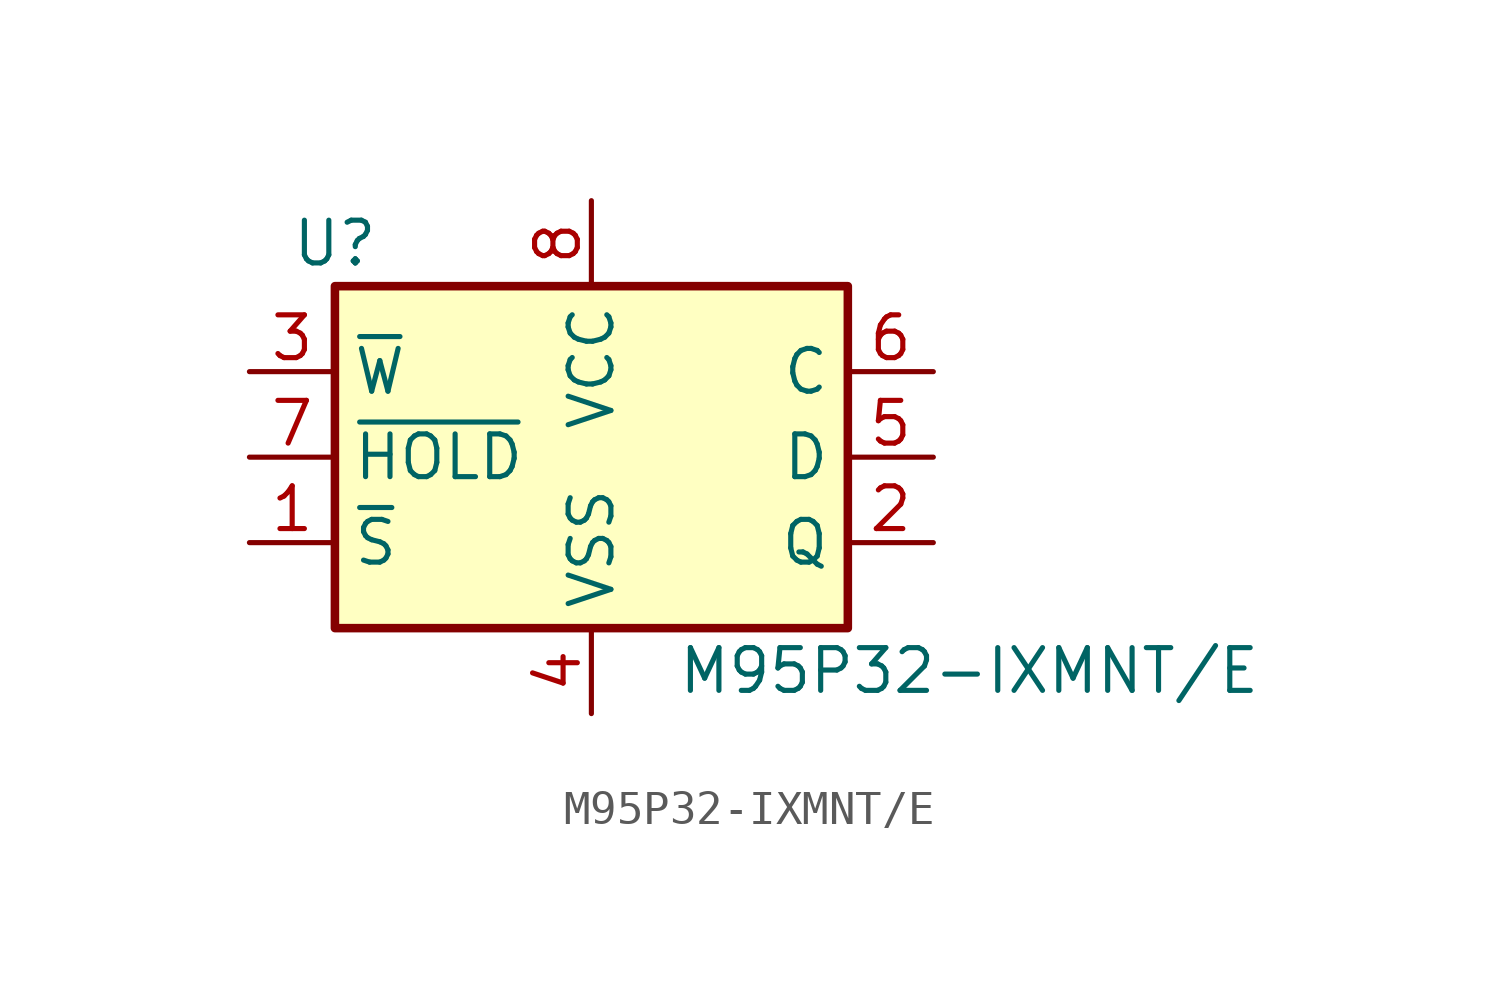
<source format=kicad_sym>
(kicad_symbol_lib
  (version 20231120)
  (generator "kicad_symbol_editor")
  (generator_version "8.0")
  (symbol "M95P32-IXMNT/E"
    (property "Reference" "U"
      (at -7.62 6.35 0)
      (effects (font (size 1.27 1.27))))
    (property "Value" "M95P32-IXMNT/E"
      (at 2.54 -6.35 0)
      (effects (font (size 1.27 1.27)) (justify left)))
    (symbol "M95P32-IXMNT/E_1_1"
      (rectangle (start -7.62 5.08) (end 7.62 -5.08) (stroke (width 0.254) (type default)) (fill (type background)))
      (pin input line (at -10.16 -2.54 0) (length 2.54) (name "~{S}" (effects (font (size 1.27 1.27)))) (number "1" (effects (font (size 1.27 1.27)))))
      (pin output line (at 10.16 -2.54 180) (length 2.54) (name "Q" (effects (font (size 1.27 1.27)))) (number "2" (effects (font (size 1.27 1.27)))))
      (pin input line (at -10.16 2.54 0) (length 2.54) (name "~{W}" (effects (font (size 1.27 1.27)))) (number "3" (effects (font (size 1.27 1.27)))))
      (pin power_in line (at 0 -7.62 90) (length 2.54) (name "VSS" (effects (font (size 1.27 1.27)))) (number "4" (effects (font (size 1.27 1.27)))))
      (pin input line (at 10.16 0 180) (length 2.54) (name "D" (effects (font (size 1.27 1.27)))) (number "5" (effects (font (size 1.27 1.27)))))
      (pin input line (at 10.16 2.54 180) (length 2.54) (name "C" (effects (font (size 1.27 1.27)))) (number "6" (effects (font (size 1.27 1.27)))))
      (pin input line (at -10.16 0 0) (length 2.54) (name "~{HOLD}" (effects (font (size 1.27 1.27)))) (number "7" (effects (font (size 1.27 1.27)))))
      (pin power_in line (at 0 7.62 270) (length 2.54) (name "VCC" (effects (font (size 1.27 1.27)))) (number "8" (effects (font (size 1.27 1.27))))))))
</source>
